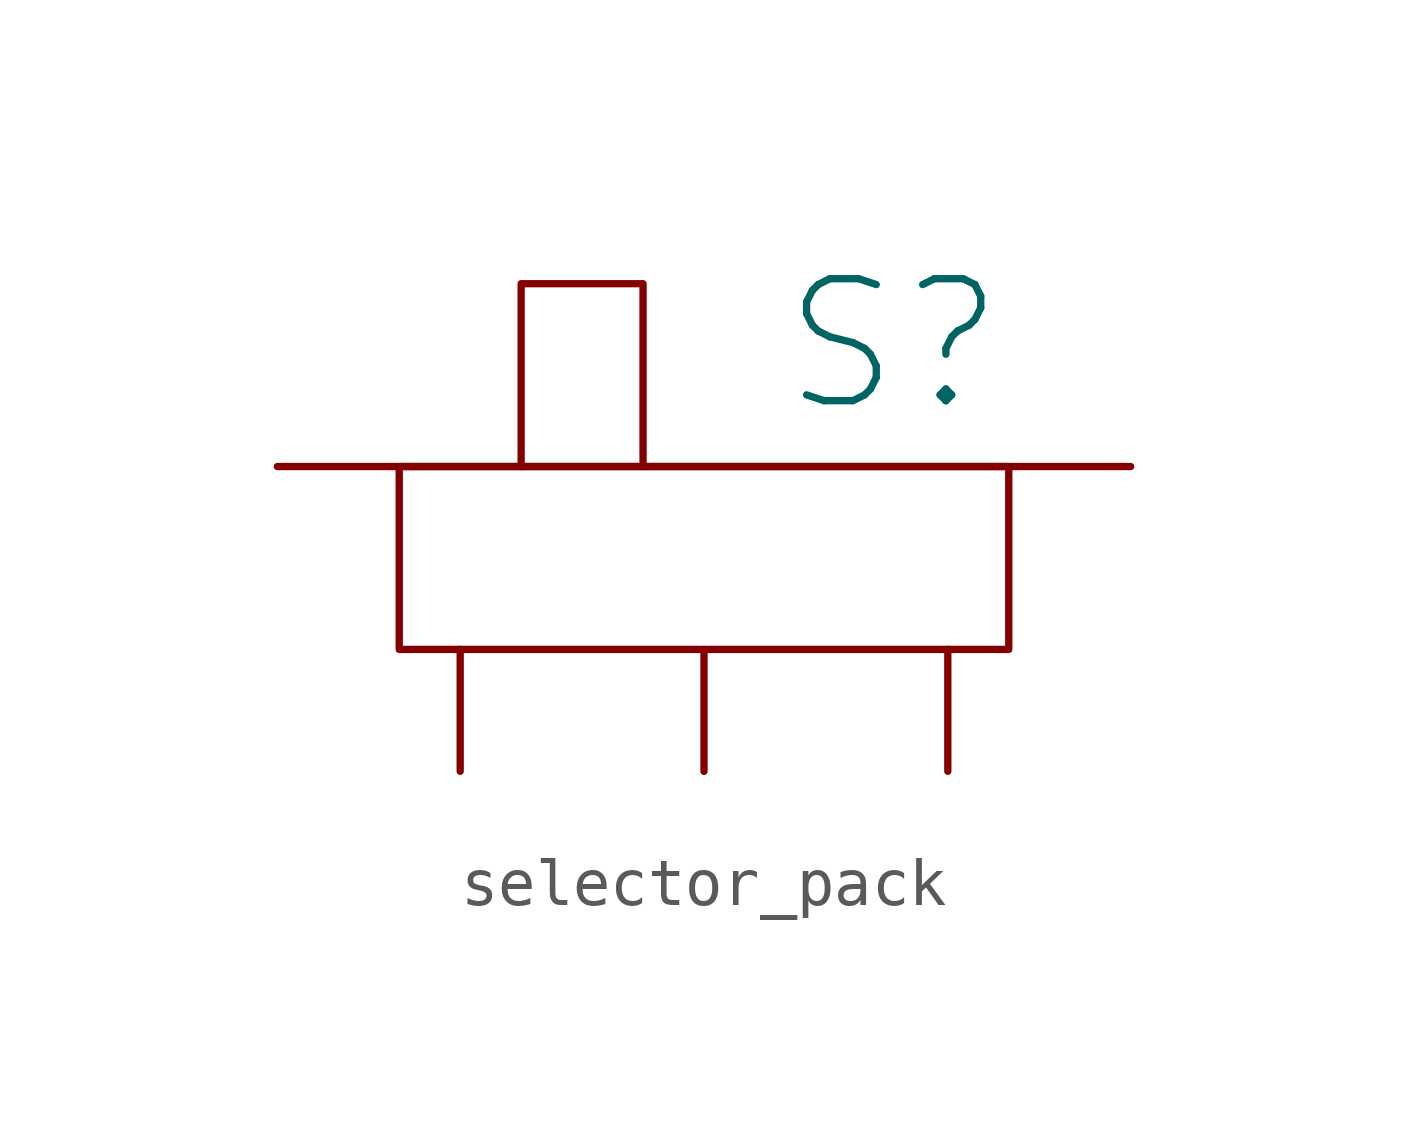
<source format=kicad_sym>
(kicad_symbol_lib
  (version 20231120)
  (generator "kicad_symbol_editor")
  (generator_version "8.0")
  (symbol "selector_pack"
    (pin_names
      (offset 1.016))
    (property "Reference" "S"
      (at 11.43 8.89 0)
      (effects (font (size 2.54 2.54)) (justify right)))
    (symbol "selector_pack_0_1"
      (rectangle (start -1.27 6.35) (end 11.43 2.54) (stroke (width 0) (type default)) (fill (type none)))
      (polyline (pts (xy 13.97 6.35) (xy -3.81 6.35)) (stroke (width 0) (type default)) (fill (type none)))
      (polyline (pts (xy 1.27 6.35) (xy 1.27 10.16) (xy 3.81 10.16) (xy 3.81 6.35)) (stroke (width 0) (type default)) (fill (type none))))
    (symbol "selector_pack_1_1"
      (pin input line (at 0 0 90) (length 2.54) (name "" (effects (font (size 1.27 1.27)))) (number "" (effects (font (size 1.143 1.143)))))
      (pin input line (at 5.08 0 90) (length 2.54) (name "" (effects (font (size 1.27 1.27)))) (number "" (effects (font (size 1.143 1.143)))))
      (pin input line (at 10.16 0 90) (length 2.54) (name "" (effects (font (size 1.27 1.27)))) (number "" (effects (font (size 1.143 1.143))))))))
</source>
